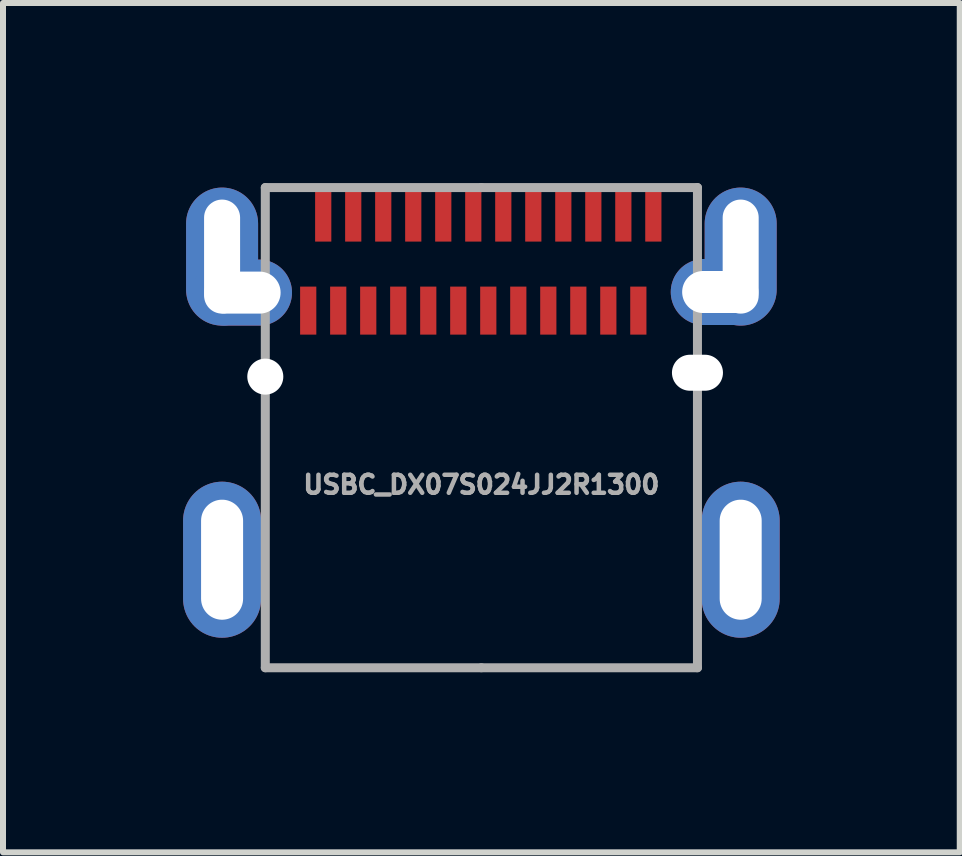
<source format=kicad_pcb>
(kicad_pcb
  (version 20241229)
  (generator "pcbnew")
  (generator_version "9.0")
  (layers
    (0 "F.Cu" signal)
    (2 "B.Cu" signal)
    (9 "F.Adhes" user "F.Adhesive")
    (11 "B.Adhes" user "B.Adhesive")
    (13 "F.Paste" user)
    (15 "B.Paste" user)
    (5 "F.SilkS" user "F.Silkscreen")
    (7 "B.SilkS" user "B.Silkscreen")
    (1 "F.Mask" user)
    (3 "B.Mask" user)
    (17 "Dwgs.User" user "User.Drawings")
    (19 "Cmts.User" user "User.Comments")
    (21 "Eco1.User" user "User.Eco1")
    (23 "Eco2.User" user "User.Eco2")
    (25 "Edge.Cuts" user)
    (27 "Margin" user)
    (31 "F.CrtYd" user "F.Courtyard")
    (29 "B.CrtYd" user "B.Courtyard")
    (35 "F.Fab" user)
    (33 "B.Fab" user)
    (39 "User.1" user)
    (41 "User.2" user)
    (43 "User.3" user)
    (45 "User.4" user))
  (footprint "USBC_DX07S024JJ2R1300"
    (layer "F.Cu")
    (at 4.97 3.225)
    (property "Reference" "USBC_DX07S024JJ2R1300" (at 0 1.8 0) (layer "F.Fab") (effects (font (size 0.3 0.3) (thickness 0.075))))
    (attr smd)
    (fp_line (start -3.6 -3.15) (end 0 -3.15) (stroke (width 0.15) (type solid)) (layer "F.Fab"))
    (fp_line (start -3.6 4.85) (end -3.6 -3.15) (stroke (width 0.15) (type solid)) (layer "F.Fab"))
    (fp_line (start 0 -3.15) (end 3.6 -3.15) (stroke (width 0.15) (type solid)) (layer "F.Fab"))
    (fp_line (start 0 4.85) (end -3.6 4.85) (stroke (width 0.15) (type solid)) (layer "F.Fab"))
    (fp_line (start 3.6 -3.15) (end 3.6 4.85) (stroke (width 0.15) (type solid)) (layer "F.Fab"))
    (fp_line (start 3.6 4.85) (end 0 4.85) (stroke (width 0.15) (type solid)) (layer "F.Fab"))
    (pad "" np_thru_hole circle (at -3.6 0 270) (size 0.6 0.6) (drill 0.6) (layers "*.Mask" "F.Cu"))
    (pad "" np_thru_hole oval (at 3.6 -0.065 270) (size 0.6 0.85) (drill oval 0.6 0.85) (layers "*.Mask" "F.Cu"))
    (pad "A1" smd rect (at -2.635 -2.7) (size 0.27 0.9) (layers "F.Cu" "F.Mask" "F.Paste"))
    (pad "A2" smd rect (at -2.135 -2.7) (size 0.27 0.9) (layers "F.Cu" "F.Mask" "F.Paste"))
    (pad "A3" smd rect (at -1.635 -2.7) (size 0.27 0.9) (layers "F.Cu" "F.Mask" "F.Paste"))
    (pad "A4" smd rect (at -1.135 -2.7) (size 0.27 0.9) (layers "F.Cu" "F.Mask" "F.Paste"))
    (pad "A5" smd rect (at -0.635 -2.7) (size 0.27 0.9) (layers "F.Cu" "F.Mask" "F.Paste"))
    (pad "A6" smd rect (at -0.135 -2.7) (size 0.27 0.9) (layers "F.Cu" "F.Mask" "F.Paste"))
    (pad "A7" smd rect (at 0.365 -2.7) (size 0.27 0.9) (layers "F.Cu" "F.Mask" "F.Paste"))
    (pad "A8" smd rect (at 0.865 -2.7) (size 0.27 0.9) (layers "F.Cu" "F.Mask" "F.Paste"))
    (pad "A9" smd rect (at 1.365 -2.7) (size 0.27 0.9) (layers "F.Cu" "F.Mask" "F.Paste"))
    (pad "A10" smd rect (at 1.865 -2.7) (size 0.27 0.9) (layers "F.Cu" "F.Mask" "F.Paste"))
    (pad "A11" smd rect (at 2.365 -2.7) (size 0.27 0.9) (layers "F.Cu" "F.Mask" "F.Paste"))
    (pad "A12" smd rect (at 2.865 -2.7) (size 0.27 0.9) (layers "F.Cu" "F.Mask" "F.Paste"))
    (pad "B1" smd rect (at 2.615 -1.1) (size 0.27 0.8) (layers "F.Cu" "F.Mask" "F.Paste"))
    (pad "B2" smd rect (at 2.115 -1.1) (size 0.27 0.8) (layers "F.Cu" "F.Mask" "F.Paste"))
    (pad "B3" smd rect (at 1.615 -1.1) (size 0.27 0.8) (layers "F.Cu" "F.Mask" "F.Paste"))
    (pad "B4" smd rect (at 1.115 -1.1) (size 0.27 0.8) (layers "F.Cu" "F.Mask" "F.Paste"))
    (pad "B5" smd rect (at 0.615 -1.1) (size 0.27 0.8) (layers "F.Cu" "F.Mask" "F.Paste"))
    (pad "B6" smd rect (at 0.115 -1.1) (size 0.27 0.8) (layers "F.Cu" "F.Mask" "F.Paste"))
    (pad "B7" smd rect (at -0.385 -1.1) (size 0.27 0.8) (layers "F.Cu" "F.Mask" "F.Paste"))
    (pad "B8" smd rect (at -0.885 -1.1) (size 0.27 0.8) (layers "F.Cu" "F.Mask" "F.Paste"))
    (pad "B9" smd rect (at -1.385 -1.1) (size 0.27 0.8) (layers "F.Cu" "F.Mask" "F.Paste"))
    (pad "B10" smd rect (at -1.885 -1.1) (size 0.27 0.8) (layers "F.Cu" "F.Mask" "F.Paste"))
    (pad "B11" smd rect (at -2.385 -1.1) (size 0.27 0.8) (layers "F.Cu" "F.Mask" "F.Paste"))
    (pad "B12" smd rect (at -2.885 -1.1) (size 0.27 0.8) (layers "F.Cu" "F.Mask" "F.Paste"))
    (pad "S1" thru_hole oval (at -4.32 -2 180) (size 1.2 2.3) (drill oval 0.6 1.9) (layers "*.Cu" "*.Mask" "F.Paste"))
    (pad "S1" thru_hole oval (at -4.32 3.05) (size 1.3 2.6) (drill oval 0.7 2) (layers "*.Cu" "*.Mask" "F.Paste"))
    (pad "S1" thru_hole oval (at -3.98 -1.4 270) (size 1.1 1.65) (drill oval 0.7 1.27) (layers "*.Cu" "*.Mask" "F.Paste"))
    (pad "S1" thru_hole oval (at 3.98 -1.41 270) (size 1.1 1.65) (drill oval 0.7 1.27) (layers "*.Cu" "*.Mask" "F.Paste"))
    (pad "S1" thru_hole oval (at 4.32 -2 180) (size 1.2 2.3) (drill oval 0.6 1.9) (layers "*.Cu" "*.Mask" "F.Paste"))
    (pad "S1" thru_hole oval (at 4.32 3.05) (size 1.3 2.6) (drill oval 0.7 2) (layers "*.Cu" "*.Mask" "F.Paste")))
  (gr_rect
    (start -3 -3)
    (end 12.94 11.15)
    (stroke (width 0.1) (type default))
    (fill no)
    (layer "Edge.Cuts")))
</source>
